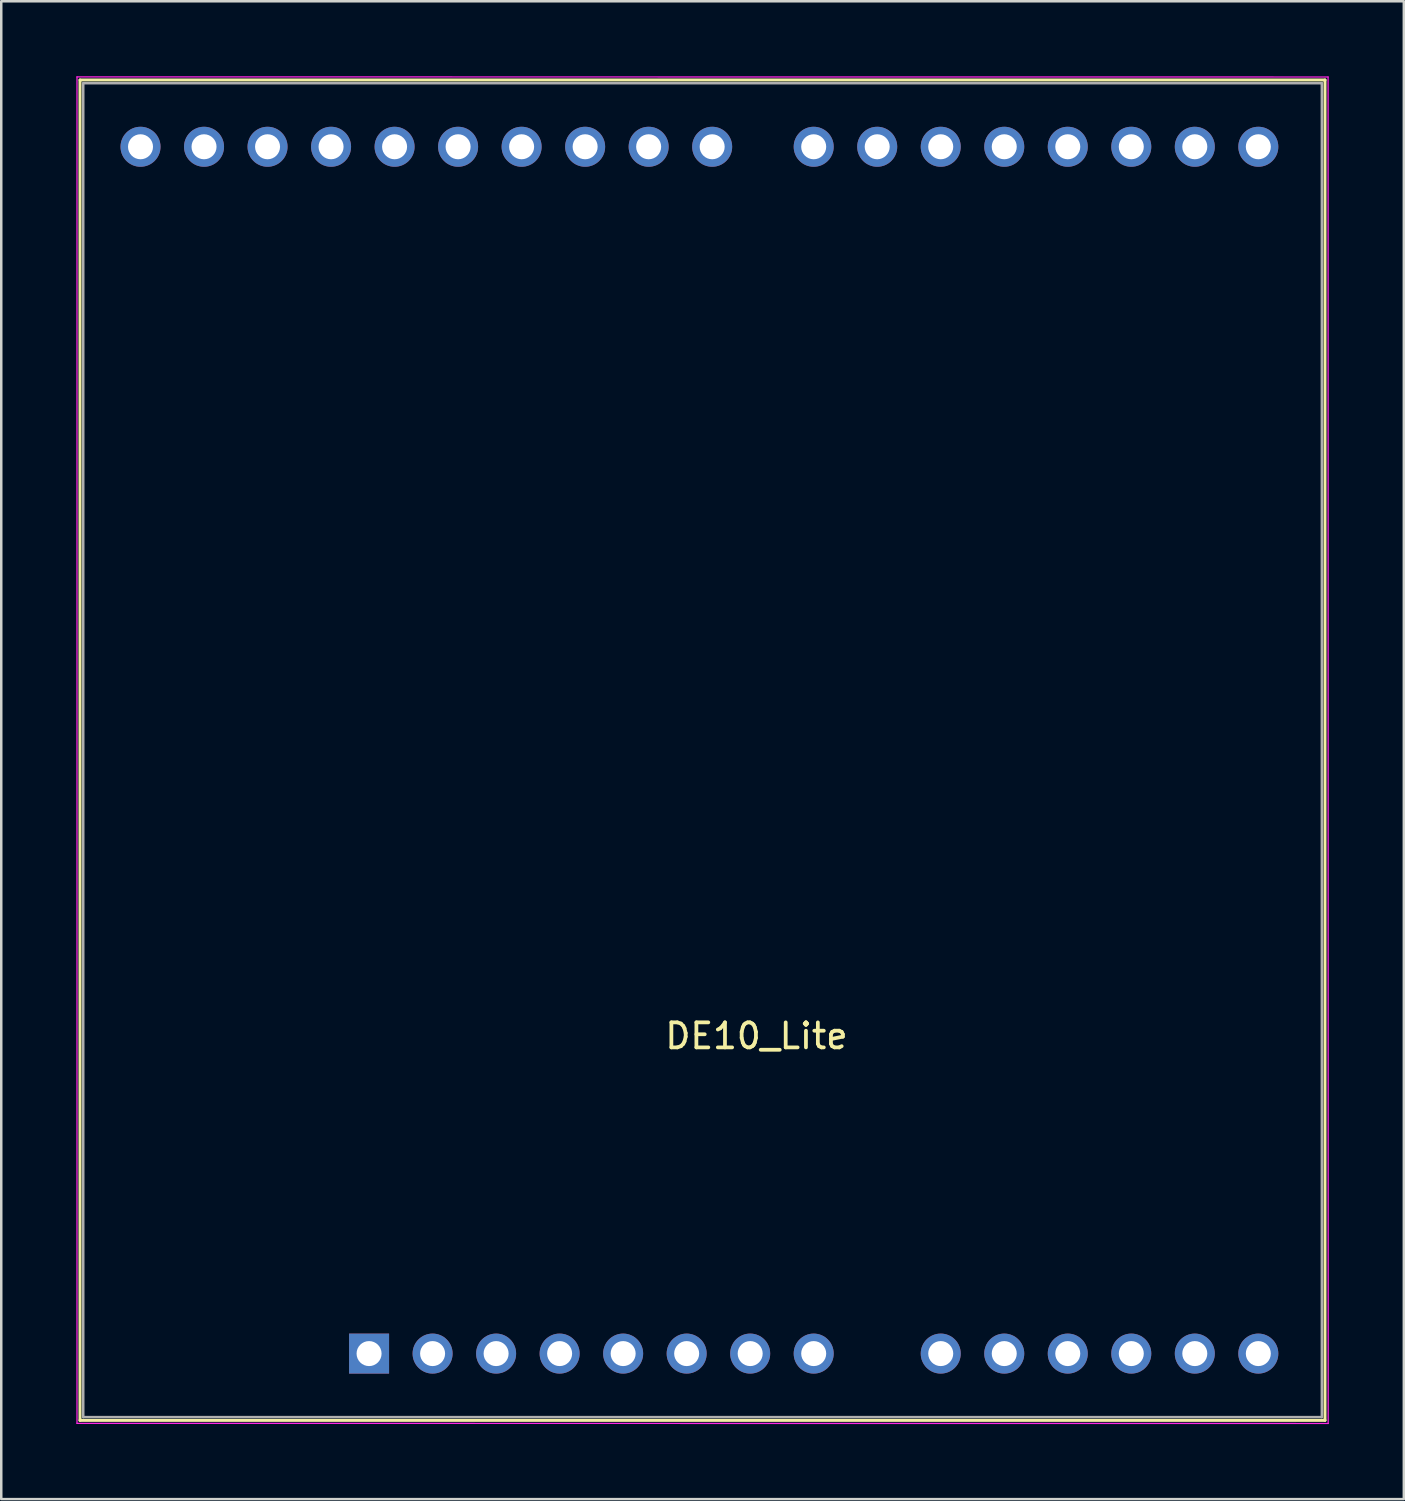
<source format=kicad_pcb>
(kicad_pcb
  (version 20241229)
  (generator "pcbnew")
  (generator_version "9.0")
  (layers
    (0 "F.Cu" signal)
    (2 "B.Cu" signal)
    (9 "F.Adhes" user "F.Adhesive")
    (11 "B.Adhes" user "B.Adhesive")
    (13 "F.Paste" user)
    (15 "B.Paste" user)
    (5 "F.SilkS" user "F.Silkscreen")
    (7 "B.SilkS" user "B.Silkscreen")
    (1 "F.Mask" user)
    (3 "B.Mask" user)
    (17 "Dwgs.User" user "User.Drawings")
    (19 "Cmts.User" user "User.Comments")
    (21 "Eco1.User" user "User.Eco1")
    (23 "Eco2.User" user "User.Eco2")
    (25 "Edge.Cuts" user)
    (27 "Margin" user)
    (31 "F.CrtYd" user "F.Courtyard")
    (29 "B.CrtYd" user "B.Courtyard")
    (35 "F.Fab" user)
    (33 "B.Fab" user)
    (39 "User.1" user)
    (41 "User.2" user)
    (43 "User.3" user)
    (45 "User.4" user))
  (footprint "DE10_Lite"
    (layer "F.Cu")
    (at 27.203 28.473)
    (property "Reference" "DE10_Lite" (at 0 9.906 0) (unlocked yes) (layer "F.SilkS") (effects (font (size 1 1) (thickness 0.15))))
    (attr smd)
    (fp_line (start -27.054 -28.324) (end -27.054 25.276) (stroke (width 0.12) (type solid)) (layer "F.SilkS"))
    (fp_line (start -27.054 25.276) (end 22.733 25.276) (stroke (width 0.12) (type solid)) (layer "F.SilkS"))
    (fp_line (start 22.733 -28.324) (end -27.051 -28.324) (stroke (width 0.12) (type solid)) (layer "F.SilkS"))
    (fp_line (start 22.733 25.276) (end 22.733 -28.324) (stroke (width 0.12) (type solid)) (layer "F.SilkS"))
    (fp_line (start -27.178 -28.448) (end 22.856 -28.444) (stroke (width 0.05) (type solid)) (layer "F.CrtYd"))
    (fp_line (start -27.174 -28.444) (end -27.174 25.396) (stroke (width 0.05) (type solid)) (layer "F.CrtYd"))
    (fp_line (start 22.856 -28.444) (end 22.86 25.4) (stroke (width 0.05) (type solid)) (layer "F.CrtYd"))
    (fp_line (start 22.86 25.4) (end -27.174 25.396) (stroke (width 0.05) (type solid)) (layer "F.CrtYd"))
    (fp_line (start -26.924 -28.194) (end -26.924 25.146) (stroke (width 0.1) (type solid)) (layer "F.Fab"))
    (fp_line (start -26.924 -28.194) (end 22.606 -28.194) (stroke (width 0.1) (type solid)) (layer "F.Fab"))
    (fp_line (start 22.606 -28.194) (end 22.606 25.146) (stroke (width 0.1) (type solid)) (layer "F.Fab"))
    (fp_line (start 22.606 25.146) (end -26.924 25.146) (stroke (width 0.1) (type solid)) (layer "F.Fab"))
    (pad "1" thru_hole rect (at -15.494 22.606 90) (size 1.6 1.6) (drill 1) (layers "*.Cu" "*.Mask"))
    (pad "2" thru_hole oval (at -12.954 22.606 90) (size 1.6 1.6) (drill 1) (layers "*.Cu" "*.Mask"))
    (pad "3" thru_hole oval (at -10.414 22.606 90) (size 1.6 1.6) (drill 1) (layers "*.Cu" "*.Mask"))
    (pad "4" thru_hole oval (at -7.874 22.606 90) (size 1.6 1.6) (drill 1) (layers "*.Cu" "*.Mask"))
    (pad "5" thru_hole oval (at -5.334 22.606 90) (size 1.6 1.6) (drill 1) (layers "*.Cu" "*.Mask"))
    (pad "6" thru_hole oval (at -2.794 22.606 90) (size 1.6 1.6) (drill 1) (layers "*.Cu" "*.Mask"))
    (pad "7" thru_hole oval (at -0.254 22.606 90) (size 1.6 1.6) (drill 1) (layers "*.Cu" "*.Mask"))
    (pad "8" thru_hole oval (at 2.286 22.606 90) (size 1.6 1.6) (drill 1) (layers "*.Cu" "*.Mask"))
    (pad "9" thru_hole oval (at 7.366 22.606 90) (size 1.6 1.6) (drill 1) (layers "*.Cu" "*.Mask"))
    (pad "10" thru_hole oval (at 9.906 22.606 90) (size 1.6 1.6) (drill 1) (layers "*.Cu" "*.Mask"))
    (pad "11" thru_hole oval (at 12.446 22.606 90) (size 1.6 1.6) (drill 1) (layers "*.Cu" "*.Mask"))
    (pad "12" thru_hole oval (at 14.986 22.606 90) (size 1.6 1.6) (drill 1) (layers "*.Cu" "*.Mask"))
    (pad "13" thru_hole oval (at 17.526 22.606 90) (size 1.6 1.6) (drill 1) (layers "*.Cu" "*.Mask"))
    (pad "14" thru_hole oval (at 20.066 22.606 90) (size 1.6 1.6) (drill 1) (layers "*.Cu" "*.Mask"))
    (pad "15" thru_hole oval (at 20.066 -25.654 90) (size 1.6 1.6) (drill 1) (layers "*.Cu" "*.Mask"))
    (pad "16" thru_hole oval (at 17.526 -25.654 90) (size 1.6 1.6) (drill 1) (layers "*.Cu" "*.Mask"))
    (pad "17" thru_hole oval (at 14.986 -25.654 90) (size 1.6 1.6) (drill 1) (layers "*.Cu" "*.Mask"))
    (pad "18" thru_hole oval (at 12.446 -25.654 90) (size 1.6 1.6) (drill 1) (layers "*.Cu" "*.Mask"))
    (pad "19" thru_hole oval (at 9.906 -25.654 90) (size 1.6 1.6) (drill 1) (layers "*.Cu" "*.Mask"))
    (pad "20" thru_hole oval (at 7.366 -25.654 90) (size 1.6 1.6) (drill 1) (layers "*.Cu" "*.Mask"))
    (pad "21" thru_hole oval (at 4.826 -25.654 90) (size 1.6 1.6) (drill 1) (layers "*.Cu" "*.Mask"))
    (pad "22" thru_hole oval (at 2.286 -25.654 90) (size 1.6 1.6) (drill 1) (layers "*.Cu" "*.Mask"))
    (pad "23" thru_hole oval (at -1.774 -25.654 90) (size 1.6 1.6) (drill 1) (layers "*.Cu" "*.Mask"))
    (pad "24" thru_hole oval (at -4.314 -25.654 90) (size 1.6 1.6) (drill 1) (layers "*.Cu" "*.Mask"))
    (pad "25" thru_hole oval (at -6.854 -25.654 90) (size 1.6 1.6) (drill 1) (layers "*.Cu" "*.Mask"))
    (pad "26" thru_hole oval (at -9.394 -25.654 90) (size 1.6 1.6) (drill 1) (layers "*.Cu" "*.Mask"))
    (pad "27" thru_hole oval (at -11.934 -25.654 90) (size 1.6 1.6) (drill 1) (layers "*.Cu" "*.Mask"))
    (pad "28" thru_hole oval (at -14.474 -25.654 90) (size 1.6 1.6) (drill 1) (layers "*.Cu" "*.Mask"))
    (pad "29" thru_hole oval (at -17.014 -25.654 90) (size 1.6 1.6) (drill 1) (layers "*.Cu" "*.Mask"))
    (pad "30" thru_hole oval (at -19.554 -25.654 90) (size 1.6 1.6) (drill 1) (layers "*.Cu" "*.Mask"))
    (pad "31" thru_hole oval (at -22.094 -25.654 90) (size 1.6 1.6) (drill 1) (layers "*.Cu" "*.Mask"))
    (pad "32" thru_hole oval (at -24.634 -25.654 90) (size 1.6 1.6) (drill 1) (layers "*.Cu" "*.Mask")))
  (gr_rect
    (start -3 -3)
    (end 53.088 56.898)
    (stroke (width 0.1) (type default))
    (fill no)
    (layer "Edge.Cuts")))
</source>
